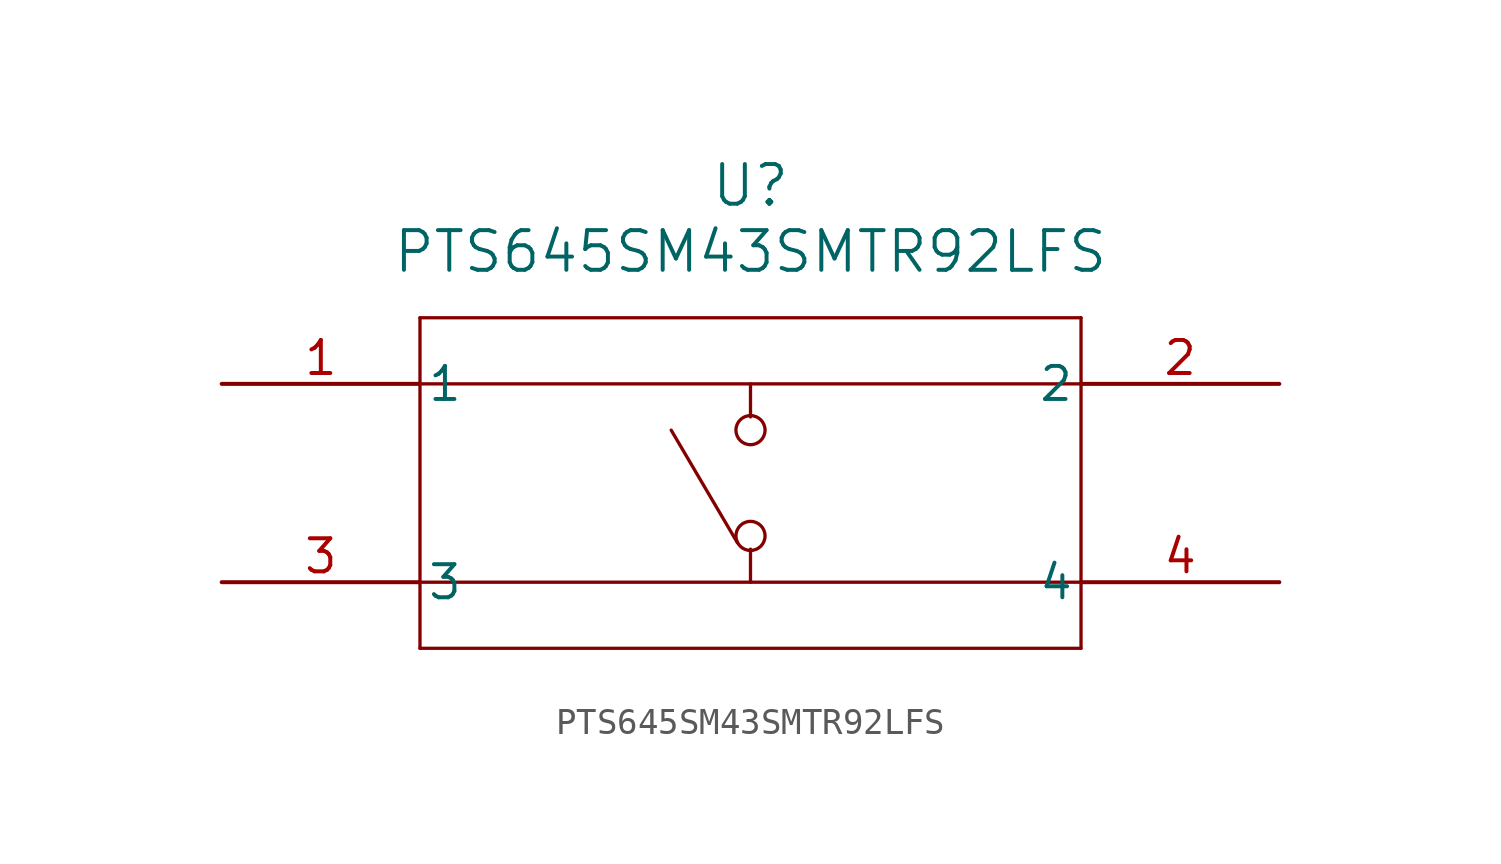
<source format=kicad_sym>
(kicad_symbol_lib
  (version 20211014)
  (generator kicad_symbol_editor)
  (symbol "PTS645SM43SMTR92LFS"
    (pin_names
      (offset 0.254))
    (property "Reference" "U"
      (at 20.32 7.62 0)
      (effects (font (size 1.524 1.524))))
    (property "Value" "PTS645SM43SMTR92LFS"
      (at 20.32 5.08 0)
      (effects (font (size 1.524 1.524))))
    (symbol "PTS645SM43SMTR92LFS_0_1"
      (polyline (pts (xy 7.62 2.54) (xy 7.62 -10.16)) (stroke (width 0.127) (type default) (color 0 0 0 0)) (fill (type none)))
      (polyline (pts (xy 7.62 -10.16) (xy 33.02 -10.16)) (stroke (width 0.127) (type default) (color 0 0 0 0)) (fill (type none)))
      (polyline (pts (xy 33.02 -10.16) (xy 33.02 2.54)) (stroke (width 0.127) (type default) (color 0 0 0 0)) (fill (type none)))
      (polyline (pts (xy 33.02 2.54) (xy 7.62 2.54)) (stroke (width 0.127) (type default) (color 0 0 0 0)) (fill (type none)))
      (polyline (pts (xy 7.62 0) (xy 33.02 0)) (stroke (width 0.127) (type default) (color 0 0 0 0)) (fill (type none)))
      (polyline (pts (xy 20.32 0) (xy 20.32 -1.27)) (stroke (width 0.127) (type default) (color 0 0 0 0)) (fill (type none)))
      (polyline (pts (xy 7.62 -7.62) (xy 33.02 -7.62)) (stroke (width 0.127) (type default) (color 0 0 0 0)) (fill (type none)))
      (polyline (pts (xy 20.32 -7.62) (xy 20.32 -6.35)) (stroke (width 0.127) (type default) (color 0 0 0 0)) (fill (type none)))
      (circle (center 20.32 -1.778) (radius 0.559) (stroke (width 0.127) (type default) (color 0 0 0 0)) (fill (type none)))
      (circle (center 20.32 -5.842) (radius 0.559) (stroke (width 0.127) (type default) (color 0 0 0 0)) (fill (type none)))
      (polyline (pts (xy 19.812 -6.096) (xy 17.272 -1.778)) (stroke (width 0.127) (type default) (color 0 0 0 0)) (fill (type none)))
      (pin unspecified line (at 0 0 0) (length 7.62) (name "1" (effects (font (size 1.27 1.27)))) (number "1" (effects (font (size 1.27 1.27)))))
      (pin unspecified line (at 40.64 0 180) (length 7.62) (name "2" (effects (font (size 1.27 1.27)))) (number "2" (effects (font (size 1.27 1.27)))))
      (pin unspecified line (at 0 -7.62 0) (length 7.62) (name "3" (effects (font (size 1.27 1.27)))) (number "3" (effects (font (size 1.27 1.27)))))
      (pin unspecified line (at 40.64 -7.62 180) (length 7.62) (name "4" (effects (font (size 1.27 1.27)))) (number "4" (effects (font (size 1.27 1.27))))))))
</source>
